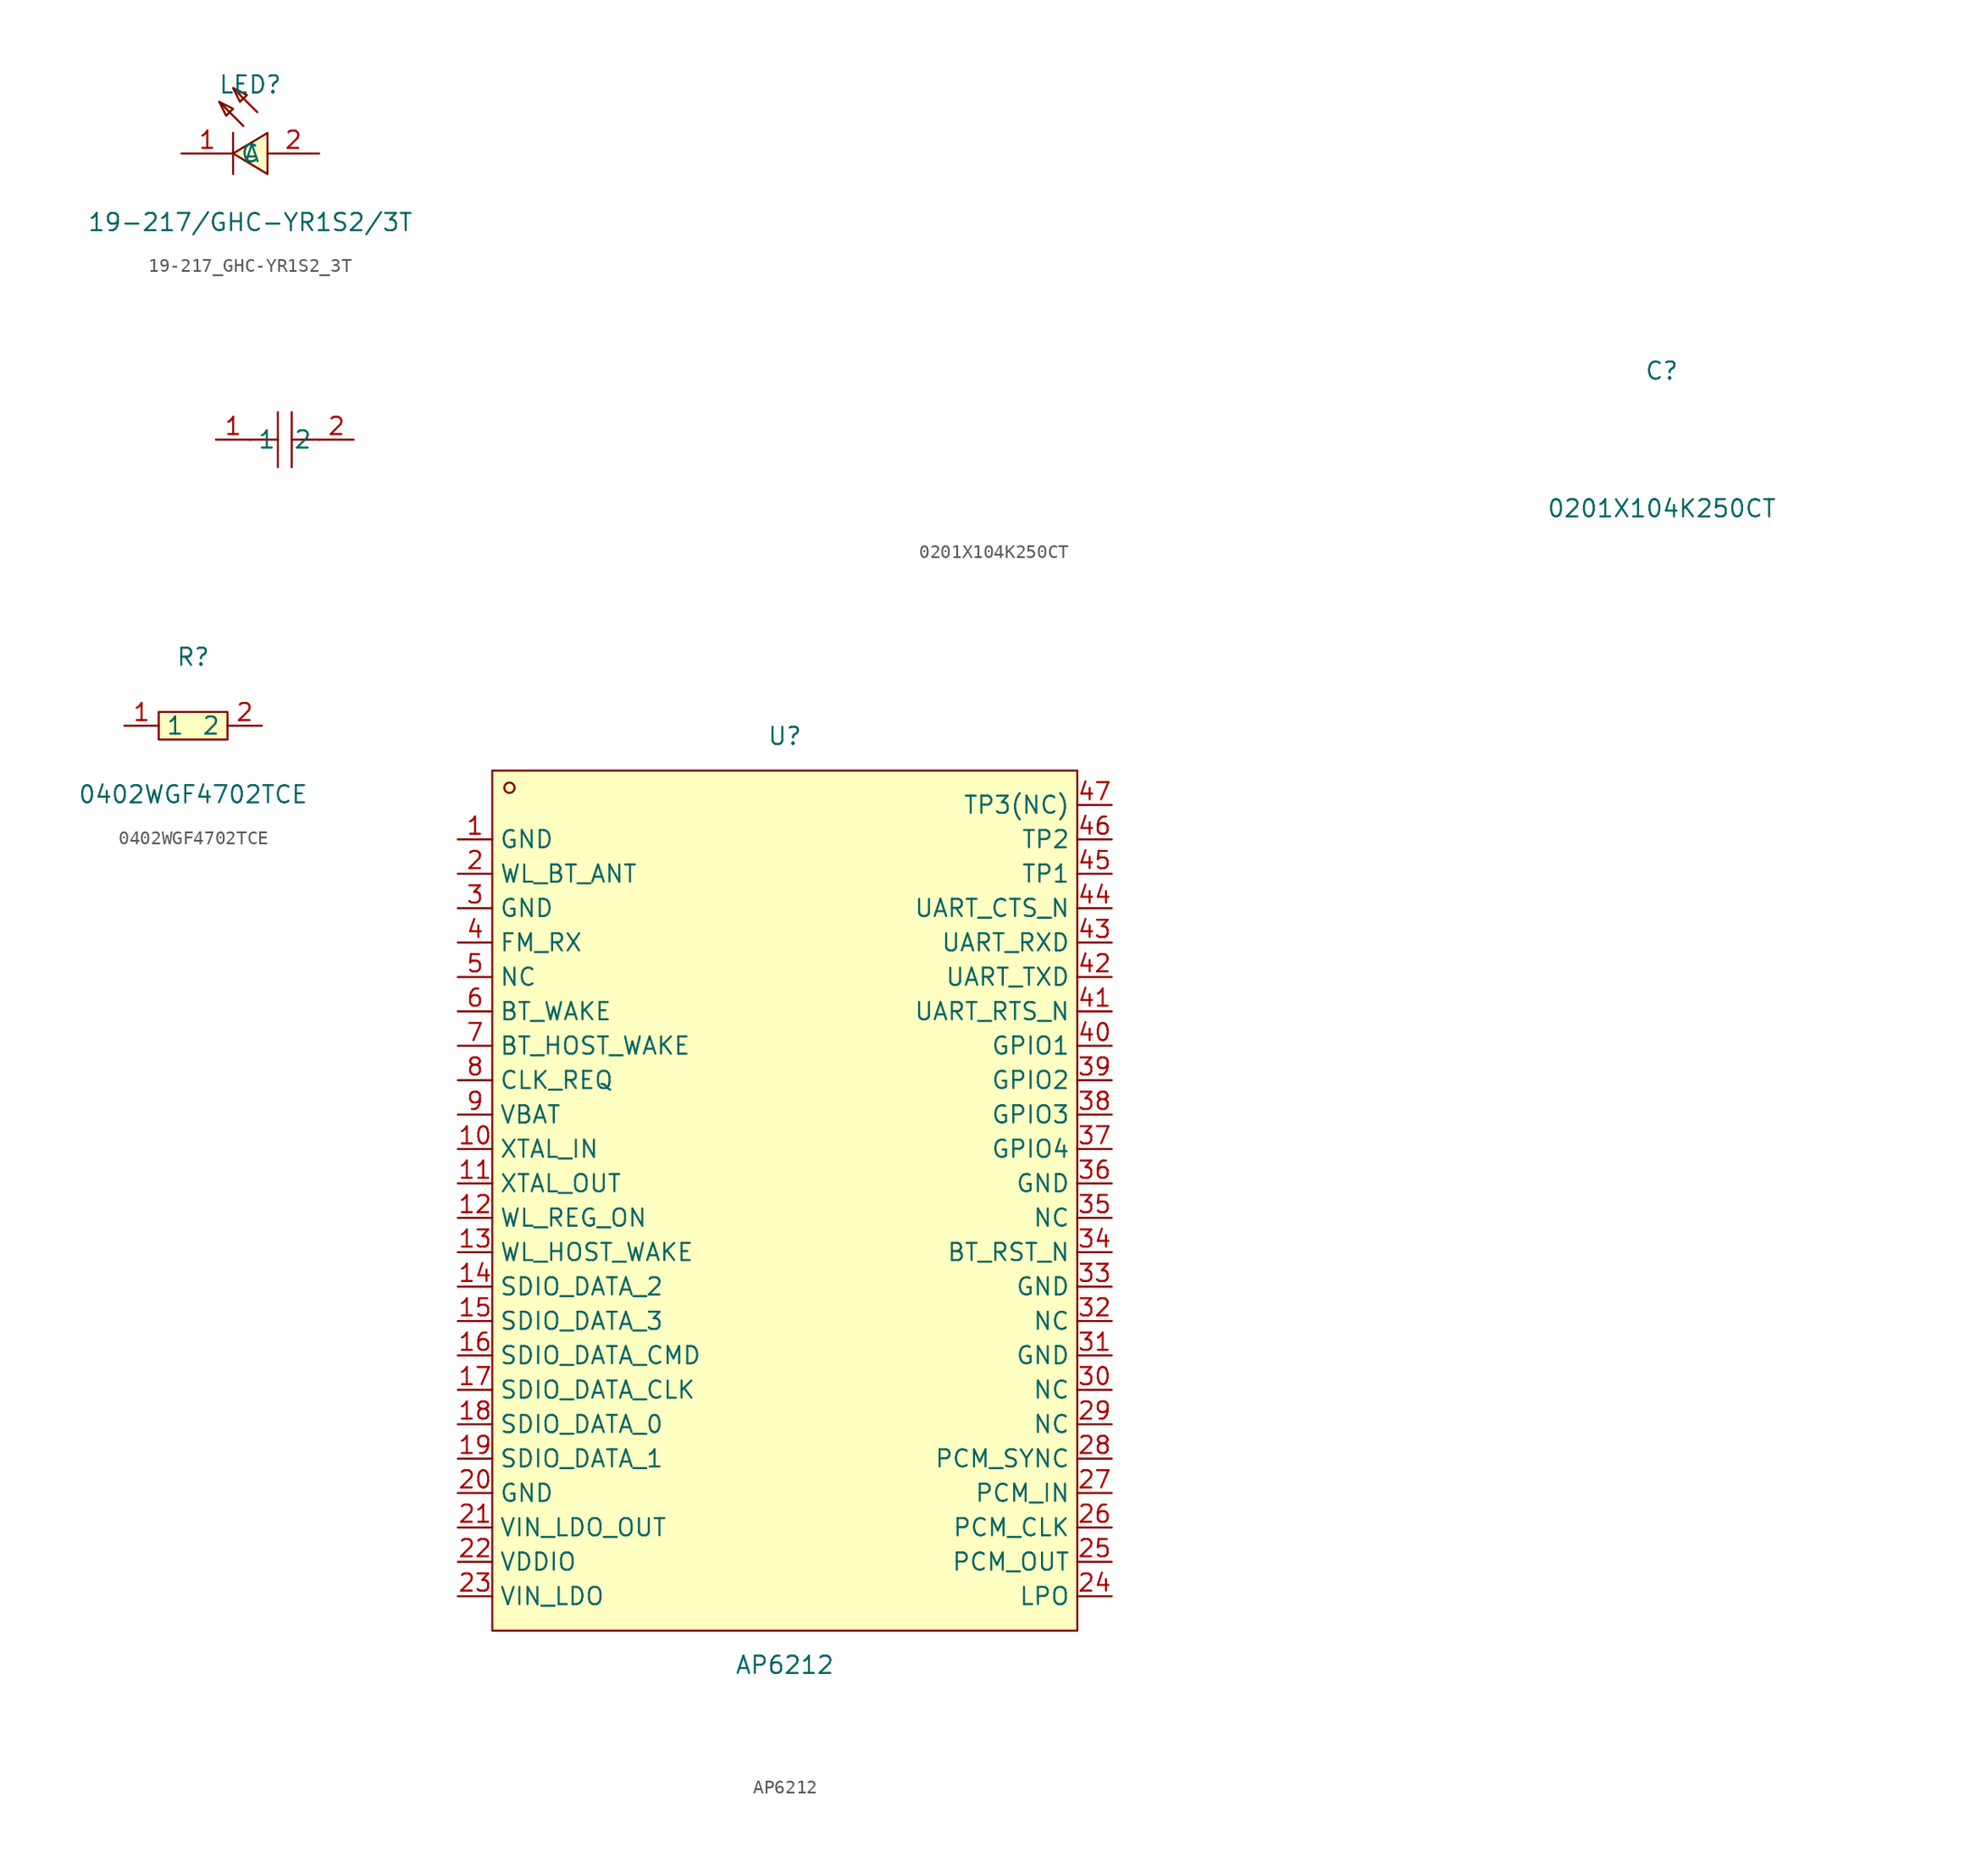
<source format=kicad_sym>
(kicad_symbol_lib
  (version 20241209)
  (generator "kicad_symbol_editor")
  (generator_version "9.0")
  (symbol "19-217_GHC-YR1S2_3T"
    (property "Reference" "LED"
      (at 0 5.08 0)
      (effects (font (size 1.27 1.27))))
    (property "Value" "19-217/GHC-YR1S2/3T"
      (at 0 -5.08 0)
      (effects (font (size 1.27 1.27))))
    (symbol "19-217_GHC-YR1S2_3T_0_1"
      (polyline (pts (xy -2.29 3.81) (xy -1.27 3.3) (xy -1.78 2.79) (xy -2.29 3.81)) (stroke (width 0) (type default)) (fill (type background)))
      (polyline (pts (xy -1.27 4.83) (xy -0.25 4.32) (xy -0.76 3.81) (xy -1.27 4.83)) (stroke (width 0) (type default)) (fill (type background)))
      (polyline (pts (xy -1.27 1.52) (xy -1.27 -1.52)) (stroke (width 0) (type default)) (fill (type none)))
      (polyline (pts (xy -0.51 2.03) (xy -2.29 3.81)) (stroke (width 0) (type default)) (fill (type none)))
      (polyline (pts (xy 0.51 3.05) (xy -1.27 4.83)) (stroke (width 0) (type default)) (fill (type none)))
      (polyline (pts (xy 1.27 -1.52) (xy -1.27 0) (xy 1.27 1.52) (xy 1.27 -1.52)) (stroke (width 0) (type default)) (fill (type background)))
      (pin input line (at -5.08 0 0) (length 3.81) (name "C" (effects (font (size 1.27 1.27)))) (number "1" (effects (font (size 1.27 1.27)))))
      (pin input line (at 5.08 0 180) (length 3.81) (name "A" (effects (font (size 1.27 1.27)))) (number "2" (effects (font (size 1.27 1.27)))))))
  (symbol "0201X104K250CT"
    (property "Reference" "C"
      (at 0 81.28 0)
      (effects (font (size 1.27 1.27))))
    (property "Value" "0201X104K250CT"
      (at 0 71.12 0)
      (effects (font (size 1.27 1.27))))
    (symbol "0201X104K250CT_0_1"
      (polyline (pts (xy -102.11 76.2) (xy -104.14 76.2)) (stroke (width 0) (type default)) (fill (type none)))
      (polyline (pts (xy -102.11 74.17) (xy -102.11 78.23)) (stroke (width 0) (type default)) (fill (type none)))
      (polyline (pts (xy -101.09 78.23) (xy -101.09 74.17)) (stroke (width 0) (type default)) (fill (type none)))
      (polyline (pts (xy -99.06 76.2) (xy -101.09 76.2)) (stroke (width 0) (type default)) (fill (type none)))
      (pin unspecified line (at -106.68 76.2 0) (length 2.54) (name "1" (effects (font (size 1.27 1.27)))) (number "1" (effects (font (size 1.27 1.27)))))
      (pin unspecified line (at -96.52 76.2 180) (length 2.54) (name "2" (effects (font (size 1.27 1.27)))) (number "2" (effects (font (size 1.27 1.27)))))))
  (symbol "0402WGF4702TCE"
    (property "Reference" "R"
      (at 0 5.08 0)
      (effects (font (size 1.27 1.27))))
    (property "Value" "0402WGF4702TCE"
      (at 0 -5.08 0)
      (effects (font (size 1.27 1.27))))
    (symbol "0402WGF4702TCE_0_1"
      (rectangle (start -2.54 1.02) (end 2.54 -1.02) (stroke (width 0) (type default)) (fill (type background)))
      (pin input line (at -5.08 0 0) (length 2.54) (name "1" (effects (font (size 1.27 1.27)))) (number "1" (effects (font (size 1.27 1.27)))))
      (pin input line (at 5.08 0 180) (length 2.54) (name "2" (effects (font (size 1.27 1.27)))) (number "2" (effects (font (size 1.27 1.27)))))))
  (symbol "AP6212"
    (property "Reference" "U"
      (at 0 34.29 0)
      (effects (font (size 1.27 1.27))))
    (property "Value" "AP6212"
      (at 0 -34.29 0)
      (effects (font (size 1.27 1.27))))
    (symbol "AP6212_0_1"
      (rectangle (start -21.59 31.75) (end 21.59 -31.75) (stroke (width 0) (type default)) (fill (type background)))
      (circle (center -20.32 30.48) (radius 0.38) (stroke (width 0) (type default)) (fill (type none)))
      (pin unspecified line (at -24.13 26.67 0) (length 2.54) (name "GND" (effects (font (size 1.27 1.27)))) (number "1" (effects (font (size 1.27 1.27)))))
      (pin unspecified line (at -24.13 24.13 0) (length 2.54) (name "WL_BT_ANT" (effects (font (size 1.27 1.27)))) (number "2" (effects (font (size 1.27 1.27)))))
      (pin unspecified line (at -24.13 21.59 0) (length 2.54) (name "GND" (effects (font (size 1.27 1.27)))) (number "3" (effects (font (size 1.27 1.27)))))
      (pin unspecified line (at -24.13 19.05 0) (length 2.54) (name "FM_RX" (effects (font (size 1.27 1.27)))) (number "4" (effects (font (size 1.27 1.27)))))
      (pin unspecified line (at -24.13 16.51 0) (length 2.54) (name "NC" (effects (font (size 1.27 1.27)))) (number "5" (effects (font (size 1.27 1.27)))))
      (pin unspecified line (at -24.13 13.97 0) (length 2.54) (name "BT_WAKE" (effects (font (size 1.27 1.27)))) (number "6" (effects (font (size 1.27 1.27)))))
      (pin unspecified line (at -24.13 11.43 0) (length 2.54) (name "BT_HOST_WAKE" (effects (font (size 1.27 1.27)))) (number "7" (effects (font (size 1.27 1.27)))))
      (pin unspecified line (at -24.13 8.89 0) (length 2.54) (name "CLK_REQ" (effects (font (size 1.27 1.27)))) (number "8" (effects (font (size 1.27 1.27)))))
      (pin unspecified line (at -24.13 6.35 0) (length 2.54) (name "VBAT" (effects (font (size 1.27 1.27)))) (number "9" (effects (font (size 1.27 1.27)))))
      (pin unspecified line (at -24.13 3.81 0) (length 2.54) (name "XTAL_IN" (effects (font (size 1.27 1.27)))) (number "10" (effects (font (size 1.27 1.27)))))
      (pin unspecified line (at -24.13 1.27 0) (length 2.54) (name "XTAL_OUT" (effects (font (size 1.27 1.27)))) (number "11" (effects (font (size 1.27 1.27)))))
      (pin unspecified line (at -24.13 -1.27 0) (length 2.54) (name "WL_REG_ON" (effects (font (size 1.27 1.27)))) (number "12" (effects (font (size 1.27 1.27)))))
      (pin unspecified line (at -24.13 -3.81 0) (length 2.54) (name "WL_HOST_WAKE" (effects (font (size 1.27 1.27)))) (number "13" (effects (font (size 1.27 1.27)))))
      (pin unspecified line (at -24.13 -6.35 0) (length 2.54) (name "SDIO_DATA_2" (effects (font (size 1.27 1.27)))) (number "14" (effects (font (size 1.27 1.27)))))
      (pin unspecified line (at -24.13 -8.89 0) (length 2.54) (name "SDIO_DATA_3" (effects (font (size 1.27 1.27)))) (number "15" (effects (font (size 1.27 1.27)))))
      (pin unspecified line (at -24.13 -11.43 0) (length 2.54) (name "SDIO_DATA_CMD" (effects (font (size 1.27 1.27)))) (number "16" (effects (font (size 1.27 1.27)))))
      (pin unspecified line (at -24.13 -13.97 0) (length 2.54) (name "SDIO_DATA_CLK" (effects (font (size 1.27 1.27)))) (number "17" (effects (font (size 1.27 1.27)))))
      (pin unspecified line (at -24.13 -16.51 0) (length 2.54) (name "SDIO_DATA_0" (effects (font (size 1.27 1.27)))) (number "18" (effects (font (size 1.27 1.27)))))
      (pin unspecified line (at -24.13 -19.05 0) (length 2.54) (name "SDIO_DATA_1" (effects (font (size 1.27 1.27)))) (number "19" (effects (font (size 1.27 1.27)))))
      (pin unspecified line (at -24.13 -21.59 0) (length 2.54) (name "GND" (effects (font (size 1.27 1.27)))) (number "20" (effects (font (size 1.27 1.27)))))
      (pin unspecified line (at -24.13 -24.13 0) (length 2.54) (name "VIN_LDO_OUT" (effects (font (size 1.27 1.27)))) (number "21" (effects (font (size 1.27 1.27)))))
      (pin unspecified line (at -24.13 -26.67 0) (length 2.54) (name "VDDIO" (effects (font (size 1.27 1.27)))) (number "22" (effects (font (size 1.27 1.27)))))
      (pin unspecified line (at -24.13 -29.21 0) (length 2.54) (name "VIN_LDO" (effects (font (size 1.27 1.27)))) (number "23" (effects (font (size 1.27 1.27)))))
      (pin unspecified line (at 24.13 29.21 180) (length 2.54) (name "TP3(NC)" (effects (font (size 1.27 1.27)))) (number "47" (effects (font (size 1.27 1.27)))))
      (pin unspecified line (at 24.13 26.67 180) (length 2.54) (name "TP2" (effects (font (size 1.27 1.27)))) (number "46" (effects (font (size 1.27 1.27)))))
      (pin unspecified line (at 24.13 24.13 180) (length 2.54) (name "TP1" (effects (font (size 1.27 1.27)))) (number "45" (effects (font (size 1.27 1.27)))))
      (pin unspecified line (at 24.13 21.59 180) (length 2.54) (name "UART_CTS_N" (effects (font (size 1.27 1.27)))) (number "44" (effects (font (size 1.27 1.27)))))
      (pin unspecified line (at 24.13 19.05 180) (length 2.54) (name "UART_RXD" (effects (font (size 1.27 1.27)))) (number "43" (effects (font (size 1.27 1.27)))))
      (pin unspecified line (at 24.13 16.51 180) (length 2.54) (name "UART_TXD" (effects (font (size 1.27 1.27)))) (number "42" (effects (font (size 1.27 1.27)))))
      (pin unspecified line (at 24.13 13.97 180) (length 2.54) (name "UART_RTS_N" (effects (font (size 1.27 1.27)))) (number "41" (effects (font (size 1.27 1.27)))))
      (pin unspecified line (at 24.13 11.43 180) (length 2.54) (name "GPIO1" (effects (font (size 1.27 1.27)))) (number "40" (effects (font (size 1.27 1.27)))))
      (pin unspecified line (at 24.13 8.89 180) (length 2.54) (name "GPIO2" (effects (font (size 1.27 1.27)))) (number "39" (effects (font (size 1.27 1.27)))))
      (pin unspecified line (at 24.13 6.35 180) (length 2.54) (name "GPIO3" (effects (font (size 1.27 1.27)))) (number "38" (effects (font (size 1.27 1.27)))))
      (pin unspecified line (at 24.13 3.81 180) (length 2.54) (name "GPIO4" (effects (font (size 1.27 1.27)))) (number "37" (effects (font (size 1.27 1.27)))))
      (pin unspecified line (at 24.13 1.27 180) (length 2.54) (name "GND" (effects (font (size 1.27 1.27)))) (number "36" (effects (font (size 1.27 1.27)))))
      (pin unspecified line (at 24.13 -1.27 180) (length 2.54) (name "NC" (effects (font (size 1.27 1.27)))) (number "35" (effects (font (size 1.27 1.27)))))
      (pin unspecified line (at 24.13 -3.81 180) (length 2.54) (name "BT_RST_N" (effects (font (size 1.27 1.27)))) (number "34" (effects (font (size 1.27 1.27)))))
      (pin unspecified line (at 24.13 -6.35 180) (length 2.54) (name "GND" (effects (font (size 1.27 1.27)))) (number "33" (effects (font (size 1.27 1.27)))))
      (pin unspecified line (at 24.13 -8.89 180) (length 2.54) (name "NC" (effects (font (size 1.27 1.27)))) (number "32" (effects (font (size 1.27 1.27)))))
      (pin unspecified line (at 24.13 -11.43 180) (length 2.54) (name "GND" (effects (font (size 1.27 1.27)))) (number "31" (effects (font (size 1.27 1.27)))))
      (pin unspecified line (at 24.13 -13.97 180) (length 2.54) (name "NC" (effects (font (size 1.27 1.27)))) (number "30" (effects (font (size 1.27 1.27)))))
      (pin unspecified line (at 24.13 -16.51 180) (length 2.54) (name "NC" (effects (font (size 1.27 1.27)))) (number "29" (effects (font (size 1.27 1.27)))))
      (pin unspecified line (at 24.13 -19.05 180) (length 2.54) (name "PCM_SYNC" (effects (font (size 1.27 1.27)))) (number "28" (effects (font (size 1.27 1.27)))))
      (pin unspecified line (at 24.13 -21.59 180) (length 2.54) (name "PCM_IN" (effects (font (size 1.27 1.27)))) (number "27" (effects (font (size 1.27 1.27)))))
      (pin unspecified line (at 24.13 -24.13 180) (length 2.54) (name "PCM_CLK" (effects (font (size 1.27 1.27)))) (number "26" (effects (font (size 1.27 1.27)))))
      (pin unspecified line (at 24.13 -26.67 180) (length 2.54) (name "PCM_OUT" (effects (font (size 1.27 1.27)))) (number "25" (effects (font (size 1.27 1.27)))))
      (pin unspecified line (at 24.13 -29.21 180) (length 2.54) (name "LPO" (effects (font (size 1.27 1.27)))) (number "24" (effects (font (size 1.27 1.27))))))))
</source>
